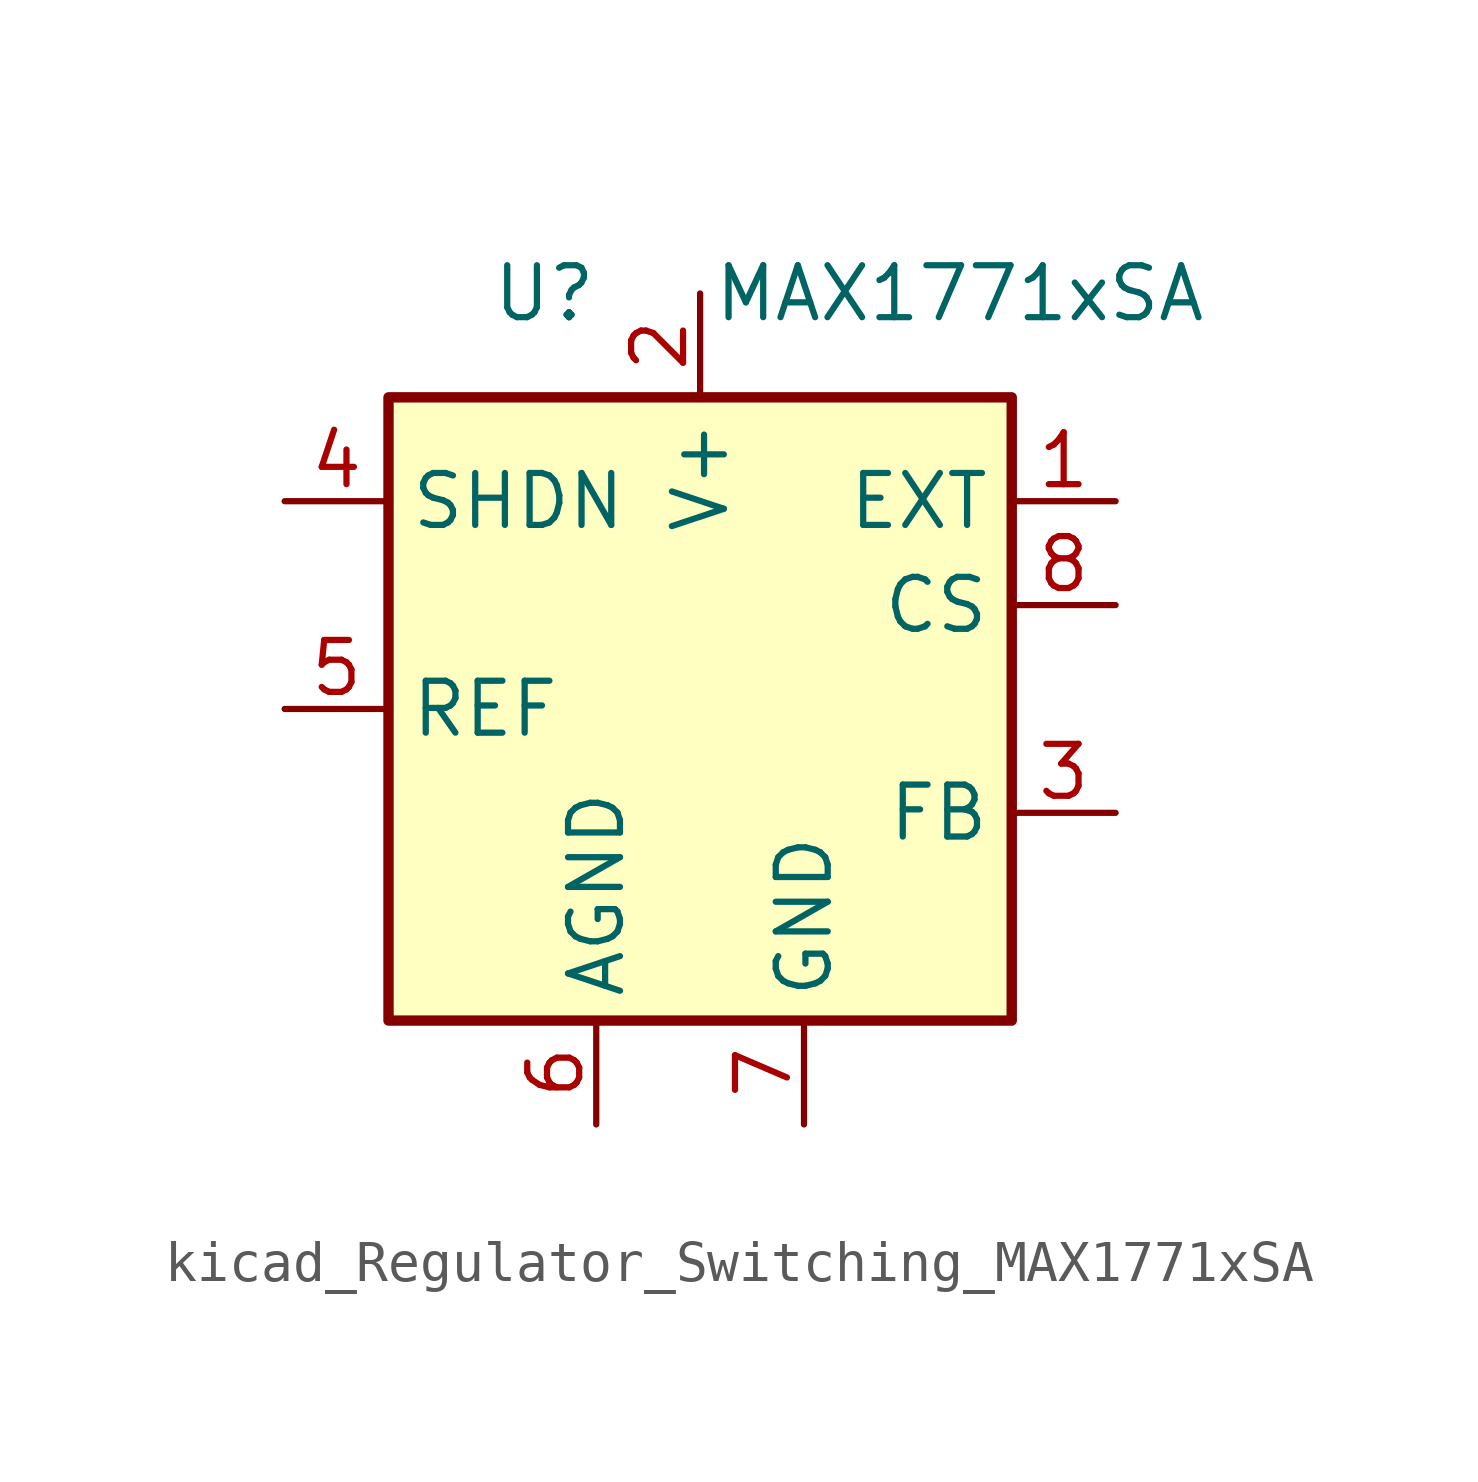
<source format=kicad_sym>
(kicad_symbol_lib
  (version 20220914)
  (generator kicad_symbol_editor)
  (symbol "kicad_Regulator_Switching_MAX1771xSA"
    (property "Reference" "U"
      (at -3.81 10.16 0)
      (effects (font (size 1.27 1.27))))
    (property "Value" "MAX1771xSA"
      (at 6.35 10.16 0)
      (effects (font (size 1.27 1.27))))
    (symbol "kicad_Regulator_Switching_MAX1771xSA_0_1"
      (rectangle (start -7.62 7.62) (end 7.62 -7.62) (stroke (width 0.254) (type default)) (fill (type background))))
    (symbol "kicad_Regulator_Switching_MAX1771xSA_1_1"
      (pin output line (at 10.16 5.08 180) (length 2.54) (name "EXT" (effects (font (size 1.27 1.27)))) (number "1" (effects (font (size 1.27 1.27)))))
      (pin power_in line (at 0 10.16 270) (length 2.54) (name "V+" (effects (font (size 1.27 1.27)))) (number "2" (effects (font (size 1.27 1.27)))))
      (pin input line (at 10.16 -2.54 180) (length 2.54) (name "FB" (effects (font (size 1.27 1.27)))) (number "3" (effects (font (size 1.27 1.27)))))
      (pin input line (at -10.16 5.08 0) (length 2.54) (name "SHDN" (effects (font (size 1.27 1.27)))) (number "4" (effects (font (size 1.27 1.27)))))
      (pin passive line (at -10.16 0 0) (length 2.54) (name "REF" (effects (font (size 1.27 1.27)))) (number "5" (effects (font (size 1.27 1.27)))))
      (pin power_in line (at -2.54 -10.16 90) (length 2.54) (name "AGND" (effects (font (size 1.27 1.27)))) (number "6" (effects (font (size 1.27 1.27)))))
      (pin power_in line (at 2.54 -10.16 90) (length 2.54) (name "GND" (effects (font (size 1.27 1.27)))) (number "7" (effects (font (size 1.27 1.27)))))
      (pin input line (at 10.16 2.54 180) (length 2.54) (name "CS" (effects (font (size 1.27 1.27)))) (number "8" (effects (font (size 1.27 1.27))))))))
</source>
